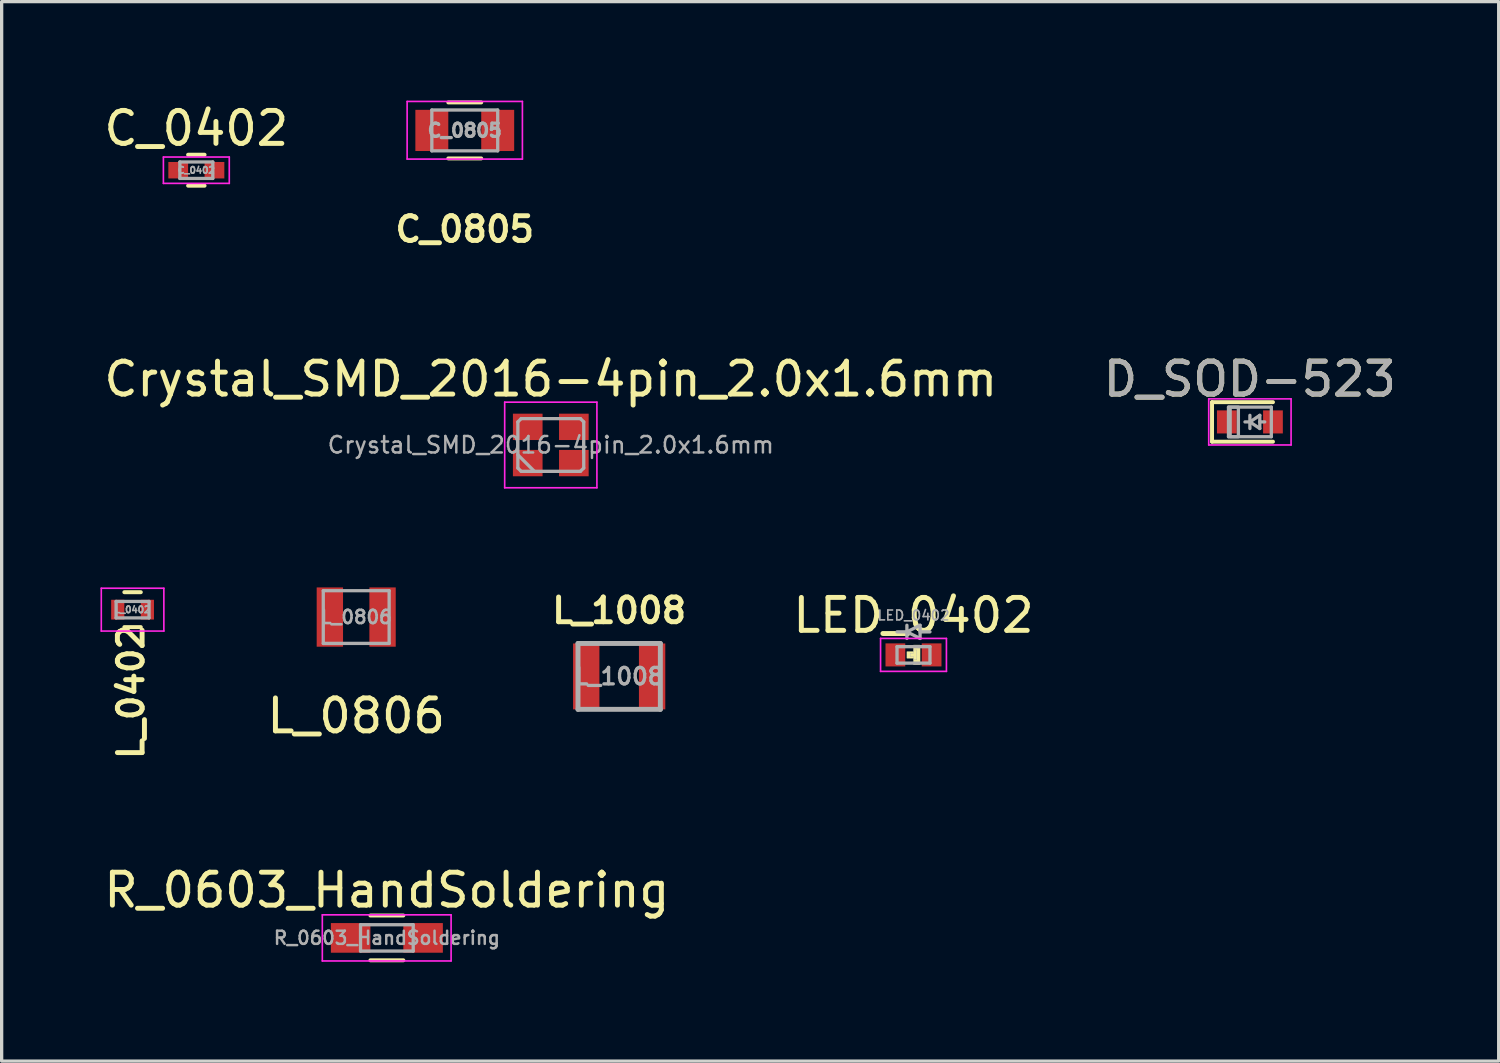
<source format=kicad_pcb>
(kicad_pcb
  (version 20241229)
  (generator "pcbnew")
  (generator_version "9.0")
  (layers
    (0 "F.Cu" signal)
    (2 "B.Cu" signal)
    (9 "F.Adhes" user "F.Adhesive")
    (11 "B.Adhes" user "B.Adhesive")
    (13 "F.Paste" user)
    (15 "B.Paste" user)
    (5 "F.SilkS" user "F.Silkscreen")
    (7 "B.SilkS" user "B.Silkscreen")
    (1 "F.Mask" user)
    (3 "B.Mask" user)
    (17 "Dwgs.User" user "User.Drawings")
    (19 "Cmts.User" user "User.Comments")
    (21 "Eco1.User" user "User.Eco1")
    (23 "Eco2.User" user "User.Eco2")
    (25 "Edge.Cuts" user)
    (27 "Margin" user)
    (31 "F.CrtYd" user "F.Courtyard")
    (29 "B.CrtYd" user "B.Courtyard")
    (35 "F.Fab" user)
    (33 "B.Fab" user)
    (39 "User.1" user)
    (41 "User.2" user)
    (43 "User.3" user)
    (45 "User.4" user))
  (footprint "R_0603_HandSoldering"
    (layer "F.Cu")
    (at 8.696 25.426)
    (property "Reference" "R_0603_HandSoldering" (at 0 -1.45 0) (layer "F.SilkS") (effects (font (size 1 1) (thickness 0.15))))
    (attr smd)
    (fp_line (start -0.5 -0.68) (end 0.5 -0.68) (stroke (width 0.12) (type solid)) (layer "F.SilkS"))
    (fp_line (start 0.5 0.68) (end -0.5 0.68) (stroke (width 0.12) (type solid)) (layer "F.SilkS"))
    (fp_line (start -1.96 -0.7) (end -1.96 0.7) (stroke (width 0.05) (type solid)) (layer "F.CrtYd"))
    (fp_line (start -1.96 -0.7) (end 1.95 -0.7) (stroke (width 0.05) (type solid)) (layer "F.CrtYd"))
    (fp_line (start 1.95 0.7) (end -1.96 0.7) (stroke (width 0.05) (type solid)) (layer "F.CrtYd"))
    (fp_line (start 1.95 0.7) (end 1.95 -0.7) (stroke (width 0.05) (type solid)) (layer "F.CrtYd"))
    (fp_line (start -0.8 -0.4) (end 0.8 -0.4) (stroke (width 0.1) (type solid)) (layer "F.Fab"))
    (fp_line (start -0.8 0.4) (end -0.8 -0.4) (stroke (width 0.1) (type solid)) (layer "F.Fab"))
    (fp_line (start 0.8 -0.4) (end 0.8 0.4) (stroke (width 0.1) (type solid)) (layer "F.Fab"))
    (fp_line (start 0.8 0.4) (end -0.8 0.4) (stroke (width 0.1) (type solid)) (layer "F.Fab"))
    (fp_text user "${REFERENCE}" (at 0 0 0) (layer "F.Fab") (effects (font (size 0.4 0.4) (thickness 0.075))))
    (pad "1" smd rect (at -1.1 0) (size 1.2 0.9) (layers "F.Cu" "F.Mask" "F.Paste"))
    (pad "2" smd rect (at 1.1 0) (size 1.2 0.9) (layers "F.Cu" "F.Mask" "F.Paste")))
  (footprint "LED_0402"
    (layer "F.Cu")
    (at 24.685 16.834)
    (property "Reference" "LED_0402" (at 0 -1.2 0) (layer "F.SilkS") (effects (font (size 1 1) (thickness 0.15))))
    (attr smd)
    (fp_poly (pts (xy -0.2 -0.1) (xy 0 -0.1) (xy 0 -0.3) (xy 0.2 -0.3) (xy 0.2 0.3) (xy 0 0.3) (xy 0 0.1) (xy -0.2 0.1)) (stroke (width 0.01) (type solid)) (fill yes) (layer "F.SilkS"))
    (fp_line (start -1 -0.5) (end 1 -0.5) (stroke (width 0.05) (type solid)) (layer "F.CrtYd"))
    (fp_line (start -1 0.5) (end -1 -0.5) (stroke (width 0.05) (type solid)) (layer "F.CrtYd"))
    (fp_line (start 1 -0.5) (end 1 0.5) (stroke (width 0.05) (type solid)) (layer "F.CrtYd"))
    (fp_line (start 1 0.5) (end -1 0.5) (stroke (width 0.05) (type solid)) (layer "F.CrtYd"))
    (fp_line (start -0.5 -0.25) (end 0.5 -0.25) (stroke (width 0.1) (type solid)) (layer "F.Fab"))
    (fp_line (start -0.5 0.25) (end -0.5 -0.25) (stroke (width 0.1) (type solid)) (layer "F.Fab"))
    (fp_line (start -0.2 -0.9) (end -0.2 -0.5) (stroke (width 0.1) (type solid)) (layer "F.Fab"))
    (fp_line (start -0.2 -0.7) (end -0.5 -0.7) (stroke (width 0.1) (type solid)) (layer "F.Fab"))
    (fp_line (start -0.2 -0.7) (end 0.2 -0.9) (stroke (width 0.1) (type solid)) (layer "F.Fab"))
    (fp_line (start 0.2 -0.9) (end 0.2 -0.5) (stroke (width 0.1) (type solid)) (layer "F.Fab"))
    (fp_line (start 0.2 -0.7) (end 0.5 -0.7) (stroke (width 0.1) (type solid)) (layer "F.Fab"))
    (fp_line (start 0.2 -0.5) (end -0.2 -0.7) (stroke (width 0.1) (type solid)) (layer "F.Fab"))
    (fp_line (start 0.5 -0.25) (end 0.5 0.25) (stroke (width 0.1) (type solid)) (layer "F.Fab"))
    (fp_line (start 0.5 0.25) (end -0.5 0.25) (stroke (width 0.1) (type solid)) (layer "F.Fab"))
    (fp_poly (pts (xy 0 -0.15) (xy 0.1 -0.15) (xy 0.1 0.15) (xy 0 0.15) (xy 0 0.05) (xy -0.1 0.05) (xy -0.1 -0.05) (xy 0 -0.05)) (stroke (width 0.01) (type solid)) (fill no) (layer "F.Fab"))
    (fp_text user "${REFERENCE}" (at 0 -1.2 0) (layer "F.Fab") (effects (font (size 0.3 0.3) (thickness 0.05))))
    (pad "1" smd rect (at -0.55 0 180) (size 0.6 0.7) (layers "F.Cu" "F.Mask" "F.Paste"))
    (pad "2" smd rect (at 0.55 0 180) (size 0.6 0.7) (layers "F.Cu" "F.Mask" "F.Paste")))
  (footprint "D_SOD-523"
    (layer "F.Cu")
    (at 34.899 9.76)
    (property "Reference" "D_SOD-523" (at 0 -1.3 0) (layer "F.SilkS") (effects (font (size 1 1) (thickness 0.15))))
    (attr smd)
    (fp_line (start -1.15 -0.6) (end -1.15 0.6) (stroke (width 0.12) (type solid)) (layer "F.SilkS"))
    (fp_line (start 0.7 -0.6) (end -1.15 -0.6) (stroke (width 0.12) (type solid)) (layer "F.SilkS"))
    (fp_line (start 0.7 0.6) (end -1.15 0.6) (stroke (width 0.12) (type solid)) (layer "F.SilkS"))
    (fp_line (start -1.25 -0.7) (end 1.25 -0.7) (stroke (width 0.05) (type solid)) (layer "F.CrtYd"))
    (fp_line (start -1.25 0.7) (end -1.25 -0.7) (stroke (width 0.05) (type solid)) (layer "F.CrtYd"))
    (fp_line (start 1.25 -0.7) (end 1.25 0.7) (stroke (width 0.05) (type solid)) (layer "F.CrtYd"))
    (fp_line (start 1.25 0.7) (end -1.25 0.7) (stroke (width 0.05) (type solid)) (layer "F.CrtYd"))
    (fp_line (start -0.65 -0.45) (end 0.65 -0.45) (stroke (width 0.1) (type solid)) (layer "F.Fab"))
    (fp_line (start -0.65 0.45) (end -0.65 -0.45) (stroke (width 0.1) (type solid)) (layer "F.Fab"))
    (fp_line (start 0 0) (end -0.15 0) (stroke (width 0.1) (type solid)) (layer "F.Fab"))
    (fp_line (start 0 0) (end 0.3 0.2) (stroke (width 0.1) (type solid)) (layer "F.Fab"))
    (fp_line (start 0 0.2) (end 0 -0.2) (stroke (width 0.1) (type solid)) (layer "F.Fab"))
    (fp_line (start 0.3 -0.2) (end 0 0) (stroke (width 0.1) (type solid)) (layer "F.Fab"))
    (fp_line (start 0.3 0) (end 0.45 0) (stroke (width 0.1) (type solid)) (layer "F.Fab"))
    (fp_line (start 0.3 0.2) (end 0.3 -0.2) (stroke (width 0.1) (type solid)) (layer "F.Fab"))
    (fp_line (start 0.65 -0.45) (end 0.65 0.45) (stroke (width 0.1) (type solid)) (layer "F.Fab"))
    (fp_line (start 0.65 0.45) (end -0.65 0.45) (stroke (width 0.1) (type solid)) (layer "F.Fab"))
    (fp_poly (pts (xy -0.6 -0.45) (xy -0.35 -0.45) (xy -0.35 0.45) (xy -0.6 0.45)) (stroke (width 0.1) (type solid)) (fill no) (layer "F.Fab"))
    (fp_text user "${REFERENCE}" (at 0 -1.3 0) (layer "F.Fab") (effects (font (size 1 1) (thickness 0.15))))
    (pad "1" smd rect (at -0.7 0 180) (size 0.6 0.7) (layers "F.Cu" "F.Mask" "F.Paste"))
    (pad "2" smd rect (at 0.7 0 180) (size 0.6 0.7) (layers "F.Cu" "F.Mask" "F.Paste")))
  (footprint "L_1008"
    (layer "F.Cu")
    (at 15.749 17.487)
    (property "Reference" "L_1008" (at 0 -2 180) (layer "F.SilkS") (effects (font (size 0.75 0.75) (thickness 0.15))))
    (attr through_hole)
    (fp_line (start -1.25 -1) (end -1.25 1) (stroke (width 0.15) (type solid)) (layer "F.Fab"))
    (fp_line (start -1.25 1) (end 1.25 1) (stroke (width 0.15) (type solid)) (layer "F.Fab"))
    (fp_line (start 1.25 -1) (end -1.25 -1) (stroke (width 0.15) (type solid)) (layer "F.Fab"))
    (fp_line (start 1.25 1) (end 1.25 -1) (stroke (width 0.15) (type solid)) (layer "F.Fab"))
    (fp_text user "${REFERENCE}" (at 0 0 0) (layer "F.Fab") (effects (font (size 0.5 0.5) (thickness 0.1))))
    (pad "1" smd rect (at -1 0) (size 0.8 2) (layers "F.Cu" "F.Mask" "F.Paste"))
    (pad "2" smd rect (at 1 0) (size 0.8 2) (layers "F.Cu" "F.Mask" "F.Paste")))
  (footprint "C_0805"
    (layer "F.Cu")
    (at 11.061 0.91)
    (property "Reference" "C_0805" (at 0 3 0) (layer "F.SilkS") (effects (font (size 0.75 0.75) (thickness 0.15))))
    (attr smd)
    (fp_line (start -0.5 0.85) (end 0.5 0.85) (stroke (width 0.12) (type solid)) (layer "F.SilkS"))
    (fp_line (start 0.5 -0.85) (end -0.5 -0.85) (stroke (width 0.12) (type solid)) (layer "F.SilkS"))
    (fp_line (start -1.75 -0.88) (end -1.75 0.87) (stroke (width 0.05) (type solid)) (layer "F.CrtYd"))
    (fp_line (start -1.75 -0.88) (end 1.75 -0.88) (stroke (width 0.05) (type solid)) (layer "F.CrtYd"))
    (fp_line (start 1.75 0.87) (end -1.75 0.87) (stroke (width 0.05) (type solid)) (layer "F.CrtYd"))
    (fp_line (start 1.75 0.87) (end 1.75 -0.88) (stroke (width 0.05) (type solid)) (layer "F.CrtYd"))
    (fp_line (start -1 -0.62) (end 1 -0.62) (stroke (width 0.1) (type solid)) (layer "F.Fab"))
    (fp_line (start -1 0.62) (end -1 -0.62) (stroke (width 0.1) (type solid)) (layer "F.Fab"))
    (fp_line (start 1 -0.62) (end 1 0.62) (stroke (width 0.1) (type solid)) (layer "F.Fab"))
    (fp_line (start 1 0.62) (end -1 0.62) (stroke (width 0.1) (type solid)) (layer "F.Fab"))
    (fp_text user "${REFERENCE}" (at 0 0 0) (layer "F.Fab") (effects (font (size 0.4 0.4) (thickness 0.1))))
    (pad "1" smd rect (at -1 0) (size 1 1.25) (layers "F.Cu" "F.Mask" "F.Paste"))
    (pad "2" smd rect (at 1 0) (size 1 1.25) (layers "F.Cu" "F.Mask" "F.Paste")))
  (footprint "Crystal_SMD_2016-4pin_2.0x1.6mm"
    (layer "F.Cu")
    (at 13.673 10.46)
    (property "Reference" "Crystal_SMD_2016-4pin_2.0x1.6mm" (at 0 -2 0) (layer "F.SilkS") (effects (font (size 1 1) (thickness 0.15))))
    (attr smd)
    (fp_line (start -1.4 -1.3) (end -1.4 1.3) (stroke (width 0.05) (type solid)) (layer "F.CrtYd"))
    (fp_line (start -1.4 1.3) (end 1.4 1.3) (stroke (width 0.05) (type solid)) (layer "F.CrtYd"))
    (fp_line (start 1.4 -1.3) (end -1.4 -1.3) (stroke (width 0.05) (type solid)) (layer "F.CrtYd"))
    (fp_line (start 1.4 1.3) (end 1.4 -1.3) (stroke (width 0.05) (type solid)) (layer "F.CrtYd"))
    (fp_line (start -1 -0.7) (end -0.9 -0.8) (stroke (width 0.1) (type solid)) (layer "F.Fab"))
    (fp_line (start -1 0.3) (end -0.5 0.8) (stroke (width 0.1) (type solid)) (layer "F.Fab"))
    (fp_line (start -1 0.7) (end -1 -0.7) (stroke (width 0.1) (type solid)) (layer "F.Fab"))
    (fp_line (start -0.9 -0.8) (end 0.9 -0.8) (stroke (width 0.1) (type solid)) (layer "F.Fab"))
    (fp_line (start -0.9 0.8) (end -1 0.7) (stroke (width 0.1) (type solid)) (layer "F.Fab"))
    (fp_line (start 0.9 -0.8) (end 1 -0.7) (stroke (width 0.1) (type solid)) (layer "F.Fab"))
    (fp_line (start 0.9 0.8) (end -0.9 0.8) (stroke (width 0.1) (type solid)) (layer "F.Fab"))
    (fp_line (start 1 -0.7) (end 1 0.7) (stroke (width 0.1) (type solid)) (layer "F.Fab"))
    (fp_line (start 1 0.7) (end 0.9 0.8) (stroke (width 0.1) (type solid)) (layer "F.Fab"))
    (fp_text user "${REFERENCE}" (at 0 0 0) (layer "F.Fab") (effects (font (size 0.5 0.5) (thickness 0.075))))
    (pad "1" smd rect (at -0.7 0.55) (size 0.9 0.8) (layers "F.Cu" "F.Mask" "F.Paste"))
    (pad "2" smd rect (at 0.7 0.55) (size 0.9 0.8) (layers "F.Cu" "F.Mask" "F.Paste"))
    (pad "3" smd rect (at 0.7 -0.55) (size 0.9 0.8) (layers "F.Cu" "F.Mask" "F.Paste"))
    (pad "4" smd rect (at -0.7 -0.55) (size 0.9 0.8) (layers "F.Cu" "F.Mask" "F.Paste")))
  (footprint "C_0402"
    (layer "F.Cu")
    (at 2.911 2.118)
    (property "Reference" "C_0402" (at 0 -1.27 0) (layer "F.SilkS") (effects (font (size 1 1) (thickness 0.15))))
    (attr smd)
    (fp_line (start -0.25 0.47) (end 0.25 0.47) (stroke (width 0.12) (type solid)) (layer "F.SilkS"))
    (fp_line (start 0.25 -0.47) (end -0.25 -0.47) (stroke (width 0.12) (type solid)) (layer "F.SilkS"))
    (fp_line (start -1 -0.4) (end -1 0.4) (stroke (width 0.05) (type solid)) (layer "F.CrtYd"))
    (fp_line (start -1 -0.4) (end 1 -0.4) (stroke (width 0.05) (type solid)) (layer "F.CrtYd"))
    (fp_line (start 1 0.4) (end -1 0.4) (stroke (width 0.05) (type solid)) (layer "F.CrtYd"))
    (fp_line (start 1 0.4) (end 1 -0.4) (stroke (width 0.05) (type solid)) (layer "F.CrtYd"))
    (fp_line (start -0.5 -0.25) (end 0.5 -0.25) (stroke (width 0.1) (type solid)) (layer "F.Fab"))
    (fp_line (start -0.5 0.25) (end -0.5 -0.25) (stroke (width 0.1) (type solid)) (layer "F.Fab"))
    (fp_line (start 0.5 -0.25) (end 0.5 0.25) (stroke (width 0.1) (type solid)) (layer "F.Fab"))
    (fp_line (start 0.5 0.25) (end -0.5 0.25) (stroke (width 0.1) (type solid)) (layer "F.Fab"))
    (fp_text user "${REFERENCE}" (at 0 0 0) (layer "F.Fab") (effects (font (size 0.2 0.2) (thickness 0.05))))
    (pad "1" smd rect (at -0.55 0) (size 0.6 0.5) (layers "F.Cu" "F.Mask" "F.Paste"))
    (pad "2" smd rect (at 0.55 0) (size 0.6 0.5) (layers "F.Cu" "F.Mask" "F.Paste")))
  (footprint "L_0806"
    (layer "F.Cu")
    (at 7.765 15.685)
    (property "Reference" "L_0806" (at 0 3 0) (layer "F.SilkS") (effects (font (size 1 1) (thickness 0.15))))
    (attr through_hole)
    (fp_line (start -1 -0.8) (end 1 -0.8) (stroke (width 0.1) (type solid)) (layer "F.Fab"))
    (fp_line (start -1 0.8) (end -1 -0.8) (stroke (width 0.1) (type solid)) (layer "F.Fab"))
    (fp_line (start 1 -0.8) (end 1 0.8) (stroke (width 0.1) (type solid)) (layer "F.Fab"))
    (fp_line (start 1 0.8) (end -1 0.8) (stroke (width 0.1) (type solid)) (layer "F.Fab"))
    (fp_text user "${REFERENCE}" (at 0 0 0) (layer "F.Fab") (effects (font (size 0.4 0.4) (thickness 0.08))))
    (pad "1" smd rect (at -0.8 0) (size 0.8 1.8) (layers "F.Cu" "F.Mask" "F.Paste"))
    (pad "2" smd rect (at 0.8 0) (size 0.8 1.8) (layers "F.Cu" "F.Mask" "F.Paste")))
  (footprint "L_0402"
    (layer "F.Cu")
    (at 0.975 15.46)
    (property "Reference" "L_0402" (at -0.05 2.5 270) (layer "F.SilkS") (effects (font (size 0.75 0.75) (thickness 0.15))))
    (attr smd)
    (fp_line (start -0.25 0.53) (end 0.25 0.53) (stroke (width 0.12) (type solid)) (layer "F.SilkS"))
    (fp_line (start 0.25 -0.53) (end -0.25 -0.53) (stroke (width 0.12) (type solid)) (layer "F.SilkS"))
    (fp_line (start -0.95 -0.65) (end -0.95 0.65) (stroke (width 0.05) (type solid)) (layer "F.CrtYd"))
    (fp_line (start -0.95 -0.65) (end 0.95 -0.65) (stroke (width 0.05) (type solid)) (layer "F.CrtYd"))
    (fp_line (start -0.95 0.65) (end 0.95 0.65) (stroke (width 0.05) (type solid)) (layer "F.CrtYd"))
    (fp_line (start 0.95 -0.65) (end 0.95 0.65) (stroke (width 0.05) (type solid)) (layer "F.CrtYd"))
    (fp_line (start -0.5 -0.25) (end 0.5 -0.25) (stroke (width 0.1) (type solid)) (layer "F.Fab"))
    (fp_line (start -0.5 0.25) (end -0.5 -0.25) (stroke (width 0.1) (type solid)) (layer "F.Fab"))
    (fp_line (start 0.5 -0.25) (end 0.5 0.25) (stroke (width 0.1) (type solid)) (layer "F.Fab"))
    (fp_line (start 0.5 0.25) (end -0.5 0.25) (stroke (width 0.1) (type solid)) (layer "F.Fab"))
    (fp_text user "${REFERENCE}" (at 0 0 180) (layer "F.Fab") (effects (font (size 0.2 0.2) (thickness 0.05))))
    (pad "1" smd rect (at -0.45 0) (size 0.4 0.6) (layers "F.Cu" "F.Mask" "F.Paste"))
    (pad "2" smd rect (at 0.45 0) (size 0.4 0.6) (layers "F.Cu" "F.Mask" "F.Paste")))
  (gr_rect
    (start -3 -3)
    (end 42.452 29.166)
    (stroke (width 0.1) (type default))
    (fill no)
    (layer "Edge.Cuts")))
</source>
